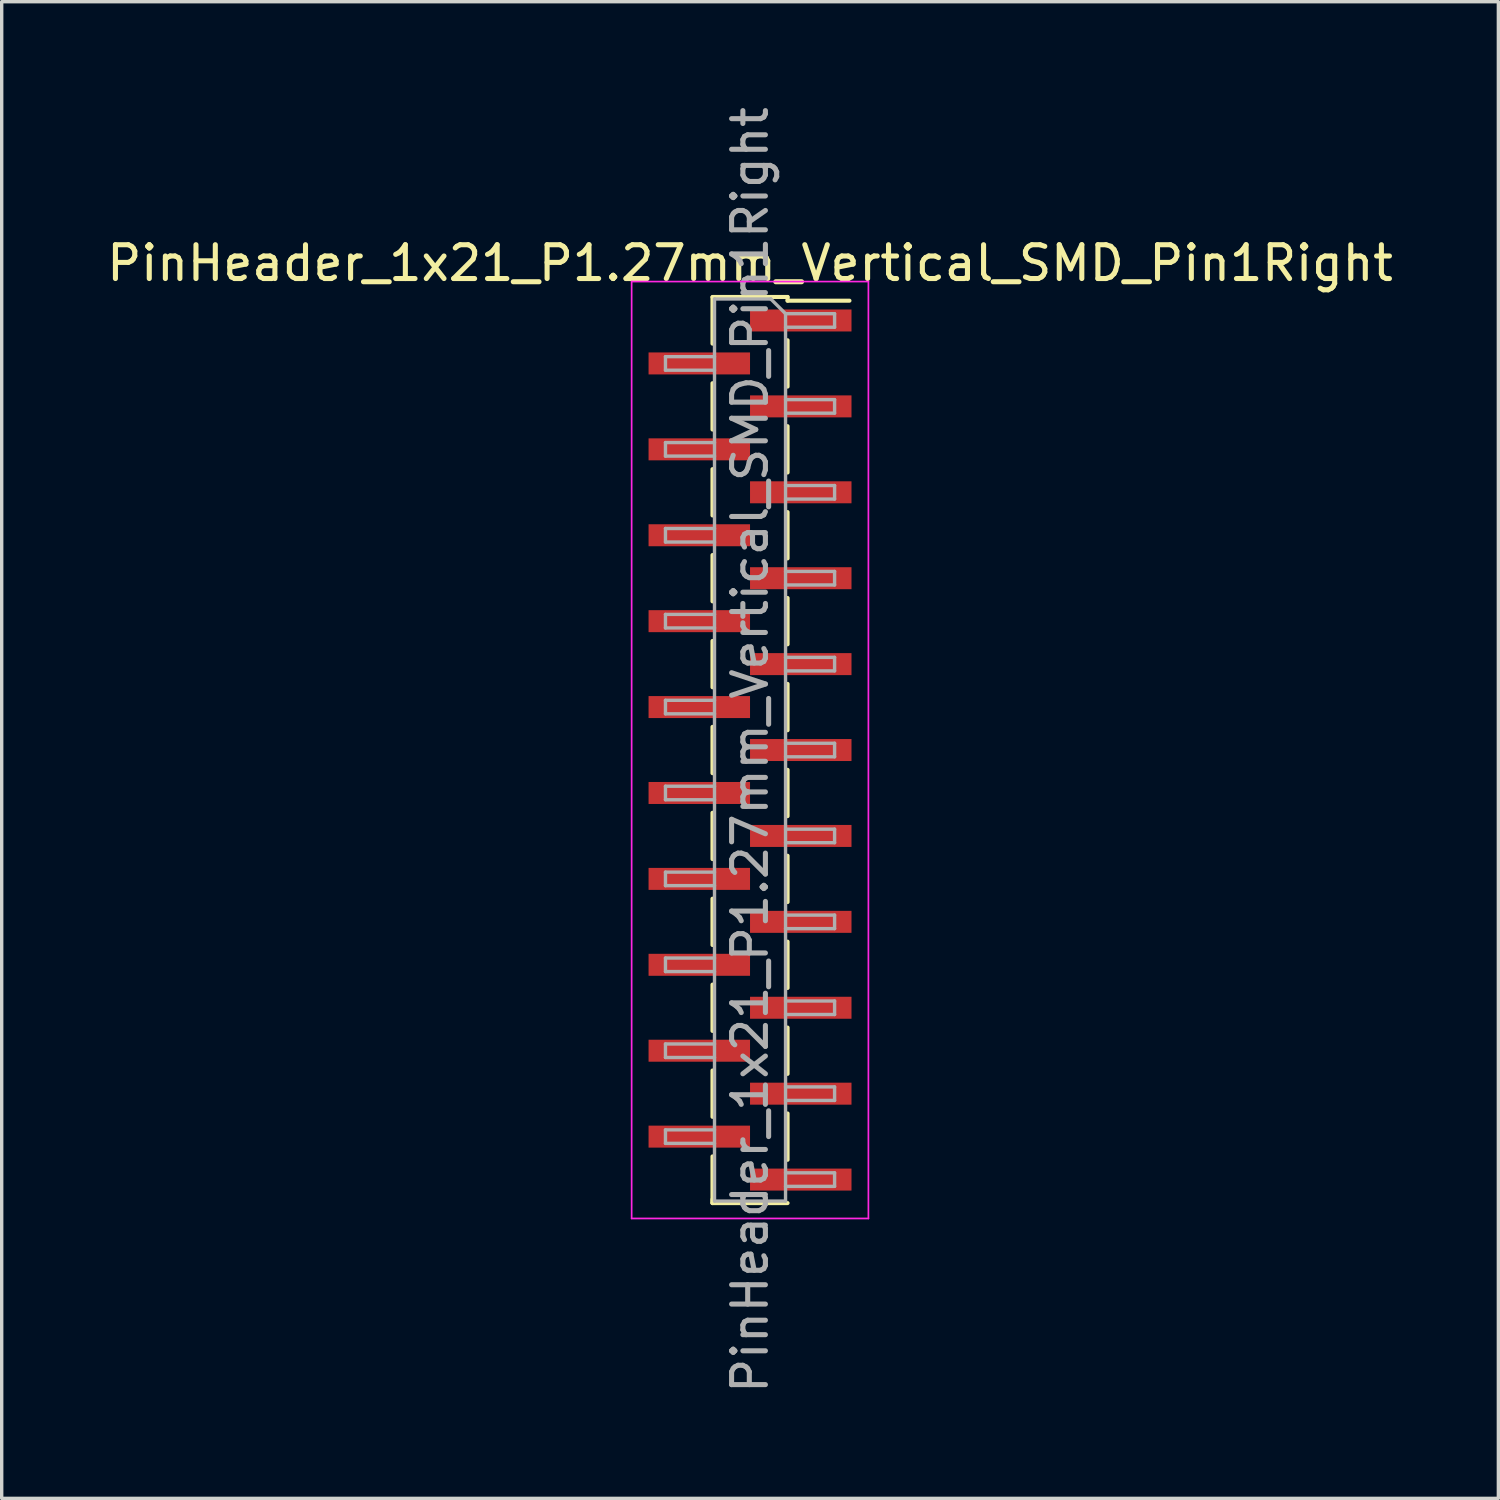
<source format=kicad_pcb>
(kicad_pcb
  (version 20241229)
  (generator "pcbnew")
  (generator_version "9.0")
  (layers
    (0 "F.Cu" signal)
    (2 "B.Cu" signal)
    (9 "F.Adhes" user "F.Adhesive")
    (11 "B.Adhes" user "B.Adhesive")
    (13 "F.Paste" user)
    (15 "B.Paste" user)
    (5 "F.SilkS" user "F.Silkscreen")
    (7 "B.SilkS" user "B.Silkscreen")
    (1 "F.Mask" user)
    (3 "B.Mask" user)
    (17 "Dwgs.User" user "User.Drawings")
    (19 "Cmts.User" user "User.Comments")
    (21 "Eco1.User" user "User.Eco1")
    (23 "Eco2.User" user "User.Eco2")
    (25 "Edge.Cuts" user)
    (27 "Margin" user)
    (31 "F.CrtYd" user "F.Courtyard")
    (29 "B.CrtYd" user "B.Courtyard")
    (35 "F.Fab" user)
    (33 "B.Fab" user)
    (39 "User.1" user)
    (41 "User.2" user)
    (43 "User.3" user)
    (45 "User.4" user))
  (footprint "PinHeader_1x21_P1.27mm_Vertical_SMD_Pin1Right"
    (layer "F.Cu")
    (at 19.125 19.125)
    (property "Reference" "PinHeader_1x21_P1.27mm_Vertical_SMD_Pin1Right" (at 0 -14.395 0) (layer "F.SilkS") (effects (font (size 1 1) (thickness 0.15))))
    (attr smd)
    (fp_line (start -1.11 -13.395) (end 1.11 -13.395) (stroke (width 0.12) (type solid)) (layer "F.SilkS"))
    (fp_line (start -1.11 -13.385) (end -1.11 -12.015) (stroke (width 0.12) (type solid)) (layer "F.SilkS"))
    (fp_line (start -1.11 -10.845) (end -1.11 -9.475) (stroke (width 0.12) (type solid)) (layer "F.SilkS"))
    (fp_line (start -1.11 -8.305) (end -1.11 -6.935) (stroke (width 0.12) (type solid)) (layer "F.SilkS"))
    (fp_line (start -1.11 -5.765) (end -1.11 -4.395) (stroke (width 0.12) (type solid)) (layer "F.SilkS"))
    (fp_line (start -1.11 -3.225) (end -1.11 -1.855) (stroke (width 0.12) (type solid)) (layer "F.SilkS"))
    (fp_line (start -1.11 -0.685) (end -1.11 0.685) (stroke (width 0.12) (type solid)) (layer "F.SilkS"))
    (fp_line (start -1.11 1.855) (end -1.11 3.225) (stroke (width 0.12) (type solid)) (layer "F.SilkS"))
    (fp_line (start -1.11 4.395) (end -1.11 5.765) (stroke (width 0.12) (type solid)) (layer "F.SilkS"))
    (fp_line (start -1.11 6.935) (end -1.11 8.305) (stroke (width 0.12) (type solid)) (layer "F.SilkS"))
    (fp_line (start -1.11 9.475) (end -1.11 10.845) (stroke (width 0.12) (type solid)) (layer "F.SilkS"))
    (fp_line (start -1.11 12.015) (end -1.11 13.385) (stroke (width 0.12) (type solid)) (layer "F.SilkS"))
    (fp_line (start -1.11 13.285) (end -1.11 13.395) (stroke (width 0.12) (type solid)) (layer "F.SilkS"))
    (fp_line (start -1.11 13.395) (end 1.11 13.395) (stroke (width 0.12) (type solid)) (layer "F.SilkS"))
    (fp_line (start 1.11 -13.395) (end 1.11 -13.285) (stroke (width 0.12) (type solid)) (layer "F.SilkS"))
    (fp_line (start 1.11 -13.285) (end 2.94 -13.285) (stroke (width 0.12) (type solid)) (layer "F.SilkS"))
    (fp_line (start 1.11 -12.115) (end 1.11 -10.745) (stroke (width 0.12) (type solid)) (layer "F.SilkS"))
    (fp_line (start 1.11 -9.575) (end 1.11 -8.205) (stroke (width 0.12) (type solid)) (layer "F.SilkS"))
    (fp_line (start 1.11 -7.035) (end 1.11 -5.665) (stroke (width 0.12) (type solid)) (layer "F.SilkS"))
    (fp_line (start 1.11 -4.495) (end 1.11 -3.125) (stroke (width 0.12) (type solid)) (layer "F.SilkS"))
    (fp_line (start 1.11 -1.955) (end 1.11 -0.585) (stroke (width 0.12) (type solid)) (layer "F.SilkS"))
    (fp_line (start 1.11 0.585) (end 1.11 1.955) (stroke (width 0.12) (type solid)) (layer "F.SilkS"))
    (fp_line (start 1.11 3.125) (end 1.11 4.495) (stroke (width 0.12) (type solid)) (layer "F.SilkS"))
    (fp_line (start 1.11 5.665) (end 1.11 7.035) (stroke (width 0.12) (type solid)) (layer "F.SilkS"))
    (fp_line (start 1.11 8.205) (end 1.11 9.575) (stroke (width 0.12) (type solid)) (layer "F.SilkS"))
    (fp_line (start 1.11 10.745) (end 1.11 12.115) (stroke (width 0.12) (type solid)) (layer "F.SilkS"))
    (fp_line (start -3.5 -13.85) (end -3.5 13.85) (stroke (width 0.05) (type solid)) (layer "F.CrtYd"))
    (fp_line (start -3.5 13.85) (end 3.5 13.85) (stroke (width 0.05) (type solid)) (layer "F.CrtYd"))
    (fp_line (start 3.5 -13.85) (end -3.5 -13.85) (stroke (width 0.05) (type solid)) (layer "F.CrtYd"))
    (fp_line (start 3.5 13.85) (end 3.5 -13.85) (stroke (width 0.05) (type solid)) (layer "F.CrtYd"))
    (fp_line (start -2.5 -11.63) (end -2.5 -11.23) (stroke (width 0.1) (type solid)) (layer "F.Fab"))
    (fp_line (start -2.5 -11.23) (end -1.05 -11.23) (stroke (width 0.1) (type solid)) (layer "F.Fab"))
    (fp_line (start -2.5 -9.09) (end -2.5 -8.69) (stroke (width 0.1) (type solid)) (layer "F.Fab"))
    (fp_line (start -2.5 -8.69) (end -1.05 -8.69) (stroke (width 0.1) (type solid)) (layer "F.Fab"))
    (fp_line (start -2.5 -6.55) (end -2.5 -6.15) (stroke (width 0.1) (type solid)) (layer "F.Fab"))
    (fp_line (start -2.5 -6.15) (end -1.05 -6.15) (stroke (width 0.1) (type solid)) (layer "F.Fab"))
    (fp_line (start -2.5 -4.01) (end -2.5 -3.61) (stroke (width 0.1) (type solid)) (layer "F.Fab"))
    (fp_line (start -2.5 -3.61) (end -1.05 -3.61) (stroke (width 0.1) (type solid)) (layer "F.Fab"))
    (fp_line (start -2.5 -1.47) (end -2.5 -1.07) (stroke (width 0.1) (type solid)) (layer "F.Fab"))
    (fp_line (start -2.5 -1.07) (end -1.05 -1.07) (stroke (width 0.1) (type solid)) (layer "F.Fab"))
    (fp_line (start -2.5 1.07) (end -2.5 1.47) (stroke (width 0.1) (type solid)) (layer "F.Fab"))
    (fp_line (start -2.5 1.47) (end -1.05 1.47) (stroke (width 0.1) (type solid)) (layer "F.Fab"))
    (fp_line (start -2.5 3.61) (end -2.5 4.01) (stroke (width 0.1) (type solid)) (layer "F.Fab"))
    (fp_line (start -2.5 4.01) (end -1.05 4.01) (stroke (width 0.1) (type solid)) (layer "F.Fab"))
    (fp_line (start -2.5 6.15) (end -2.5 6.55) (stroke (width 0.1) (type solid)) (layer "F.Fab"))
    (fp_line (start -2.5 6.55) (end -1.05 6.55) (stroke (width 0.1) (type solid)) (layer "F.Fab"))
    (fp_line (start -2.5 8.69) (end -2.5 9.09) (stroke (width 0.1) (type solid)) (layer "F.Fab"))
    (fp_line (start -2.5 9.09) (end -1.05 9.09) (stroke (width 0.1) (type solid)) (layer "F.Fab"))
    (fp_line (start -2.5 11.23) (end -2.5 11.63) (stroke (width 0.1) (type solid)) (layer "F.Fab"))
    (fp_line (start -2.5 11.63) (end -1.05 11.63) (stroke (width 0.1) (type solid)) (layer "F.Fab"))
    (fp_line (start -1.05 -13.335) (end -1.05 13.335) (stroke (width 0.1) (type solid)) (layer "F.Fab"))
    (fp_line (start -1.05 -13.335) (end 0.615 -13.335) (stroke (width 0.1) (type solid)) (layer "F.Fab"))
    (fp_line (start -1.05 -11.63) (end -2.5 -11.63) (stroke (width 0.1) (type solid)) (layer "F.Fab"))
    (fp_line (start -1.05 -9.09) (end -2.5 -9.09) (stroke (width 0.1) (type solid)) (layer "F.Fab"))
    (fp_line (start -1.05 -6.55) (end -2.5 -6.55) (stroke (width 0.1) (type solid)) (layer "F.Fab"))
    (fp_line (start -1.05 -4.01) (end -2.5 -4.01) (stroke (width 0.1) (type solid)) (layer "F.Fab"))
    (fp_line (start -1.05 -1.47) (end -2.5 -1.47) (stroke (width 0.1) (type solid)) (layer "F.Fab"))
    (fp_line (start -1.05 1.07) (end -2.5 1.07) (stroke (width 0.1) (type solid)) (layer "F.Fab"))
    (fp_line (start -1.05 3.61) (end -2.5 3.61) (stroke (width 0.1) (type solid)) (layer "F.Fab"))
    (fp_line (start -1.05 6.15) (end -2.5 6.15) (stroke (width 0.1) (type solid)) (layer "F.Fab"))
    (fp_line (start -1.05 8.69) (end -2.5 8.69) (stroke (width 0.1) (type solid)) (layer "F.Fab"))
    (fp_line (start -1.05 11.23) (end -2.5 11.23) (stroke (width 0.1) (type solid)) (layer "F.Fab"))
    (fp_line (start 1.05 -12.9) (end 0.615 -13.335) (stroke (width 0.1) (type solid)) (layer "F.Fab"))
    (fp_line (start 1.05 -12.9) (end 2.5 -12.9) (stroke (width 0.1) (type solid)) (layer "F.Fab"))
    (fp_line (start 1.05 -10.36) (end 2.5 -10.36) (stroke (width 0.1) (type solid)) (layer "F.Fab"))
    (fp_line (start 1.05 -7.82) (end 2.5 -7.82) (stroke (width 0.1) (type solid)) (layer "F.Fab"))
    (fp_line (start 1.05 -5.28) (end 2.5 -5.28) (stroke (width 0.1) (type solid)) (layer "F.Fab"))
    (fp_line (start 1.05 -2.74) (end 2.5 -2.74) (stroke (width 0.1) (type solid)) (layer "F.Fab"))
    (fp_line (start 1.05 -0.2) (end 2.5 -0.2) (stroke (width 0.1) (type solid)) (layer "F.Fab"))
    (fp_line (start 1.05 2.34) (end 2.5 2.34) (stroke (width 0.1) (type solid)) (layer "F.Fab"))
    (fp_line (start 1.05 4.88) (end 2.5 4.88) (stroke (width 0.1) (type solid)) (layer "F.Fab"))
    (fp_line (start 1.05 7.42) (end 2.5 7.42) (stroke (width 0.1) (type solid)) (layer "F.Fab"))
    (fp_line (start 1.05 9.96) (end 2.5 9.96) (stroke (width 0.1) (type solid)) (layer "F.Fab"))
    (fp_line (start 1.05 12.5) (end 2.5 12.5) (stroke (width 0.1) (type solid)) (layer "F.Fab"))
    (fp_line (start 1.05 13.335) (end -1.05 13.335) (stroke (width 0.1) (type solid)) (layer "F.Fab"))
    (fp_line (start 1.05 13.335) (end 1.05 -12.9) (stroke (width 0.1) (type solid)) (layer "F.Fab"))
    (fp_line (start 2.5 -12.9) (end 2.5 -12.5) (stroke (width 0.1) (type solid)) (layer "F.Fab"))
    (fp_line (start 2.5 -12.5) (end 1.05 -12.5) (stroke (width 0.1) (type solid)) (layer "F.Fab"))
    (fp_line (start 2.5 -10.36) (end 2.5 -9.96) (stroke (width 0.1) (type solid)) (layer "F.Fab"))
    (fp_line (start 2.5 -9.96) (end 1.05 -9.96) (stroke (width 0.1) (type solid)) (layer "F.Fab"))
    (fp_line (start 2.5 -7.82) (end 2.5 -7.42) (stroke (width 0.1) (type solid)) (layer "F.Fab"))
    (fp_line (start 2.5 -7.42) (end 1.05 -7.42) (stroke (width 0.1) (type solid)) (layer "F.Fab"))
    (fp_line (start 2.5 -5.28) (end 2.5 -4.88) (stroke (width 0.1) (type solid)) (layer "F.Fab"))
    (fp_line (start 2.5 -4.88) (end 1.05 -4.88) (stroke (width 0.1) (type solid)) (layer "F.Fab"))
    (fp_line (start 2.5 -2.74) (end 2.5 -2.34) (stroke (width 0.1) (type solid)) (layer "F.Fab"))
    (fp_line (start 2.5 -2.34) (end 1.05 -2.34) (stroke (width 0.1) (type solid)) (layer "F.Fab"))
    (fp_line (start 2.5 -0.2) (end 2.5 0.2) (stroke (width 0.1) (type solid)) (layer "F.Fab"))
    (fp_line (start 2.5 0.2) (end 1.05 0.2) (stroke (width 0.1) (type solid)) (layer "F.Fab"))
    (fp_line (start 2.5 2.34) (end 2.5 2.74) (stroke (width 0.1) (type solid)) (layer "F.Fab"))
    (fp_line (start 2.5 2.74) (end 1.05 2.74) (stroke (width 0.1) (type solid)) (layer "F.Fab"))
    (fp_line (start 2.5 4.88) (end 2.5 5.28) (stroke (width 0.1) (type solid)) (layer "F.Fab"))
    (fp_line (start 2.5 5.28) (end 1.05 5.28) (stroke (width 0.1) (type solid)) (layer "F.Fab"))
    (fp_line (start 2.5 7.42) (end 2.5 7.82) (stroke (width 0.1) (type solid)) (layer "F.Fab"))
    (fp_line (start 2.5 7.82) (end 1.05 7.82) (stroke (width 0.1) (type solid)) (layer "F.Fab"))
    (fp_line (start 2.5 9.96) (end 2.5 10.36) (stroke (width 0.1) (type solid)) (layer "F.Fab"))
    (fp_line (start 2.5 10.36) (end 1.05 10.36) (stroke (width 0.1) (type solid)) (layer "F.Fab"))
    (fp_line (start 2.5 12.5) (end 2.5 12.9) (stroke (width 0.1) (type solid)) (layer "F.Fab"))
    (fp_line (start 2.5 12.9) (end 1.05 12.9) (stroke (width 0.1) (type solid)) (layer "F.Fab"))
    (fp_text user "${REFERENCE}" (at 0 0 90) (layer "F.Fab") (effects (font (size 1 1) (thickness 0.15))))
    (pad "1" smd rect (at 1.5 -12.7) (size 3 0.65) (layers "F.Cu" "F.Mask" "F.Paste"))
    (pad "2" smd rect (at -1.5 -11.43) (size 3 0.65) (layers "F.Cu" "F.Mask" "F.Paste"))
    (pad "3" smd rect (at 1.5 -10.16) (size 3 0.65) (layers "F.Cu" "F.Mask" "F.Paste"))
    (pad "4" smd rect (at -1.5 -8.89) (size 3 0.65) (layers "F.Cu" "F.Mask" "F.Paste"))
    (pad "5" smd rect (at 1.5 -7.62) (size 3 0.65) (layers "F.Cu" "F.Mask" "F.Paste"))
    (pad "6" smd rect (at -1.5 -6.35) (size 3 0.65) (layers "F.Cu" "F.Mask" "F.Paste"))
    (pad "7" smd rect (at 1.5 -5.08) (size 3 0.65) (layers "F.Cu" "F.Mask" "F.Paste"))
    (pad "8" smd rect (at -1.5 -3.81) (size 3 0.65) (layers "F.Cu" "F.Mask" "F.Paste"))
    (pad "9" smd rect (at 1.5 -2.54) (size 3 0.65) (layers "F.Cu" "F.Mask" "F.Paste"))
    (pad "10" smd rect (at -1.5 -1.27) (size 3 0.65) (layers "F.Cu" "F.Mask" "F.Paste"))
    (pad "11" smd rect (at 1.5 0) (size 3 0.65) (layers "F.Cu" "F.Mask" "F.Paste"))
    (pad "12" smd rect (at -1.5 1.27) (size 3 0.65) (layers "F.Cu" "F.Mask" "F.Paste"))
    (pad "13" smd rect (at 1.5 2.54) (size 3 0.65) (layers "F.Cu" "F.Mask" "F.Paste"))
    (pad "14" smd rect (at -1.5 3.81) (size 3 0.65) (layers "F.Cu" "F.Mask" "F.Paste"))
    (pad "15" smd rect (at 1.5 5.08) (size 3 0.65) (layers "F.Cu" "F.Mask" "F.Paste"))
    (pad "16" smd rect (at -1.5 6.35) (size 3 0.65) (layers "F.Cu" "F.Mask" "F.Paste"))
    (pad "17" smd rect (at 1.5 7.62) (size 3 0.65) (layers "F.Cu" "F.Mask" "F.Paste"))
    (pad "18" smd rect (at -1.5 8.89) (size 3 0.65) (layers "F.Cu" "F.Mask" "F.Paste"))
    (pad "19" smd rect (at 1.5 10.16) (size 3 0.65) (layers "F.Cu" "F.Mask" "F.Paste"))
    (pad "20" smd rect (at -1.5 11.43) (size 3 0.65) (layers "F.Cu" "F.Mask" "F.Paste"))
    (pad "21" smd rect (at 1.5 12.7) (size 3 0.65) (layers "F.Cu" "F.Mask" "F.Paste")))
  (gr_rect
    (start -3 -3)
    (end 41.25 41.25)
    (stroke (width 0.1) (type default))
    (fill no)
    (layer "Edge.Cuts")))
</source>
